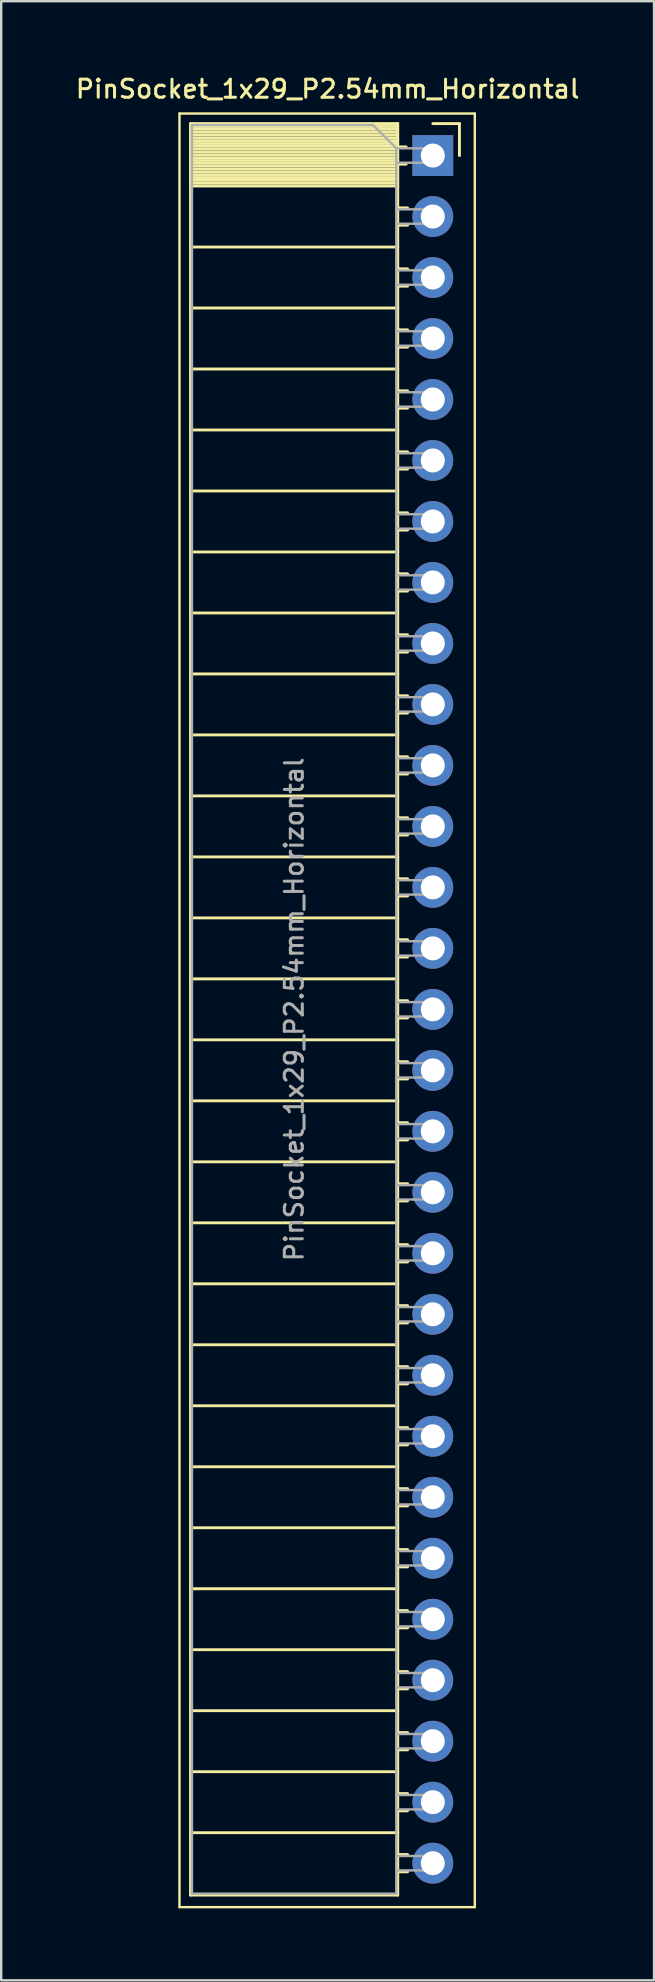
<source format=kicad_pcb>
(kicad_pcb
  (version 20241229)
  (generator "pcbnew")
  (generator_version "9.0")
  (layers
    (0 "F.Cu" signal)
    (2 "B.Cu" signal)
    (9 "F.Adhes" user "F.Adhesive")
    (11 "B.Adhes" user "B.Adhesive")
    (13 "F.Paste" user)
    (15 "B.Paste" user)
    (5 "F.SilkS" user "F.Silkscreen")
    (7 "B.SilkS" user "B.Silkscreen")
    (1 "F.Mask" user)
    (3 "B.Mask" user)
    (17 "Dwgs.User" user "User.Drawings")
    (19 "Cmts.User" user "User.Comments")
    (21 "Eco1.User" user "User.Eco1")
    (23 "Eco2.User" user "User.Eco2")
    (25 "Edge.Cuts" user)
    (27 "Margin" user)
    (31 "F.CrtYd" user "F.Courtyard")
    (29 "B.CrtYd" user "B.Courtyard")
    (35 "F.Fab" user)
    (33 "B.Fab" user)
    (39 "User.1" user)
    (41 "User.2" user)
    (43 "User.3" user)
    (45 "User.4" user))
  (footprint "PinSocket_1x29_P2.54mm_Horizontal"
    (layer "F.Cu")
    (at 14.975 3.428)
    (property "Reference" "PinSocket_1x29_P2.54mm_Horizontal" (at -4.38 -2.77 0) (layer "F.SilkS") (effects (font (size 0.75 0.75) (thickness 0.125))))
    (attr through_hole)
    (fp_line (start -10.55 -1.75) (end -10.55 72.95) (stroke (width 0.1) (type solid)) (layer "F.SilkS"))
    (fp_line (start -10.55 72.95) (end 1.75 72.95) (stroke (width 0.1) (type solid)) (layer "F.SilkS"))
    (fp_line (start -10.09 -1.33) (end -10.09 72.45) (stroke (width 0.12) (type solid)) (layer "F.SilkS"))
    (fp_line (start -10.09 -1.33) (end -1.46 -1.33) (stroke (width 0.12) (type solid)) (layer "F.SilkS"))
    (fp_line (start -10.09 -1.21) (end -1.46 -1.21) (stroke (width 0.12) (type solid)) (layer "F.SilkS"))
    (fp_line (start -10.09 -1.092) (end -1.46 -1.092) (stroke (width 0.12) (type solid)) (layer "F.SilkS"))
    (fp_line (start -10.09 -0.974) (end -1.46 -0.974) (stroke (width 0.12) (type solid)) (layer "F.SilkS"))
    (fp_line (start -10.09 -0.856) (end -1.46 -0.856) (stroke (width 0.12) (type solid)) (layer "F.SilkS"))
    (fp_line (start -10.09 -0.738) (end -1.46 -0.738) (stroke (width 0.12) (type solid)) (layer "F.SilkS"))
    (fp_line (start -10.09 -0.62) (end -1.46 -0.62) (stroke (width 0.12) (type solid)) (layer "F.SilkS"))
    (fp_line (start -10.09 -0.501) (end -1.46 -0.501) (stroke (width 0.12) (type solid)) (layer "F.SilkS"))
    (fp_line (start -10.09 -0.383) (end -1.46 -0.383) (stroke (width 0.12) (type solid)) (layer "F.SilkS"))
    (fp_line (start -10.09 -0.265) (end -1.46 -0.265) (stroke (width 0.12) (type solid)) (layer "F.SilkS"))
    (fp_line (start -10.09 -0.147) (end -1.46 -0.147) (stroke (width 0.12) (type solid)) (layer "F.SilkS"))
    (fp_line (start -10.09 -0.029) (end -1.46 -0.029) (stroke (width 0.12) (type solid)) (layer "F.SilkS"))
    (fp_line (start -10.09 0.089) (end -1.46 0.089) (stroke (width 0.12) (type solid)) (layer "F.SilkS"))
    (fp_line (start -10.09 0.207) (end -1.46 0.207) (stroke (width 0.12) (type solid)) (layer "F.SilkS"))
    (fp_line (start -10.09 0.325) (end -1.46 0.325) (stroke (width 0.12) (type solid)) (layer "F.SilkS"))
    (fp_line (start -10.09 0.443) (end -1.46 0.443) (stroke (width 0.12) (type solid)) (layer "F.SilkS"))
    (fp_line (start -10.09 0.561) (end -1.46 0.561) (stroke (width 0.12) (type solid)) (layer "F.SilkS"))
    (fp_line (start -10.09 0.68) (end -1.46 0.68) (stroke (width 0.12) (type solid)) (layer "F.SilkS"))
    (fp_line (start -10.09 0.798) (end -1.46 0.798) (stroke (width 0.12) (type solid)) (layer "F.SilkS"))
    (fp_line (start -10.09 0.916) (end -1.46 0.916) (stroke (width 0.12) (type solid)) (layer "F.SilkS"))
    (fp_line (start -10.09 1.034) (end -1.46 1.034) (stroke (width 0.12) (type solid)) (layer "F.SilkS"))
    (fp_line (start -10.09 1.152) (end -1.46 1.152) (stroke (width 0.12) (type solid)) (layer "F.SilkS"))
    (fp_line (start -10.09 1.27) (end -1.46 1.27) (stroke (width 0.12) (type solid)) (layer "F.SilkS"))
    (fp_line (start -10.09 3.81) (end -1.46 3.81) (stroke (width 0.12) (type solid)) (layer "F.SilkS"))
    (fp_line (start -10.09 6.35) (end -1.46 6.35) (stroke (width 0.12) (type solid)) (layer "F.SilkS"))
    (fp_line (start -10.09 8.89) (end -1.46 8.89) (stroke (width 0.12) (type solid)) (layer "F.SilkS"))
    (fp_line (start -10.09 11.43) (end -1.46 11.43) (stroke (width 0.12) (type solid)) (layer "F.SilkS"))
    (fp_line (start -10.09 13.97) (end -1.46 13.97) (stroke (width 0.12) (type solid)) (layer "F.SilkS"))
    (fp_line (start -10.09 16.51) (end -1.46 16.51) (stroke (width 0.12) (type solid)) (layer "F.SilkS"))
    (fp_line (start -10.09 19.05) (end -1.46 19.05) (stroke (width 0.12) (type solid)) (layer "F.SilkS"))
    (fp_line (start -10.09 21.59) (end -1.46 21.59) (stroke (width 0.12) (type solid)) (layer "F.SilkS"))
    (fp_line (start -10.09 24.13) (end -1.46 24.13) (stroke (width 0.12) (type solid)) (layer "F.SilkS"))
    (fp_line (start -10.09 26.67) (end -1.46 26.67) (stroke (width 0.12) (type solid)) (layer "F.SilkS"))
    (fp_line (start -10.09 29.21) (end -1.46 29.21) (stroke (width 0.12) (type solid)) (layer "F.SilkS"))
    (fp_line (start -10.09 31.75) (end -1.46 31.75) (stroke (width 0.12) (type solid)) (layer "F.SilkS"))
    (fp_line (start -10.09 34.29) (end -1.46 34.29) (stroke (width 0.12) (type solid)) (layer "F.SilkS"))
    (fp_line (start -10.09 36.83) (end -1.46 36.83) (stroke (width 0.12) (type solid)) (layer "F.SilkS"))
    (fp_line (start -10.09 39.37) (end -1.46 39.37) (stroke (width 0.12) (type solid)) (layer "F.SilkS"))
    (fp_line (start -10.09 41.91) (end -1.46 41.91) (stroke (width 0.12) (type solid)) (layer "F.SilkS"))
    (fp_line (start -10.09 44.45) (end -1.46 44.45) (stroke (width 0.12) (type solid)) (layer "F.SilkS"))
    (fp_line (start -10.09 46.99) (end -1.46 46.99) (stroke (width 0.12) (type solid)) (layer "F.SilkS"))
    (fp_line (start -10.09 49.53) (end -1.46 49.53) (stroke (width 0.12) (type solid)) (layer "F.SilkS"))
    (fp_line (start -10.09 52.07) (end -1.46 52.07) (stroke (width 0.12) (type solid)) (layer "F.SilkS"))
    (fp_line (start -10.09 54.61) (end -1.46 54.61) (stroke (width 0.12) (type solid)) (layer "F.SilkS"))
    (fp_line (start -10.09 57.15) (end -1.46 57.15) (stroke (width 0.12) (type solid)) (layer "F.SilkS"))
    (fp_line (start -10.09 59.69) (end -1.46 59.69) (stroke (width 0.12) (type solid)) (layer "F.SilkS"))
    (fp_line (start -10.09 62.23) (end -1.46 62.23) (stroke (width 0.12) (type solid)) (layer "F.SilkS"))
    (fp_line (start -10.09 64.77) (end -1.46 64.77) (stroke (width 0.12) (type solid)) (layer "F.SilkS"))
    (fp_line (start -10.09 67.31) (end -1.46 67.31) (stroke (width 0.12) (type solid)) (layer "F.SilkS"))
    (fp_line (start -10.09 69.85) (end -1.46 69.85) (stroke (width 0.12) (type solid)) (layer "F.SilkS"))
    (fp_line (start -10.09 72.45) (end -1.46 72.45) (stroke (width 0.12) (type solid)) (layer "F.SilkS"))
    (fp_line (start -1.46 -1.33) (end -1.46 72.45) (stroke (width 0.12) (type solid)) (layer "F.SilkS"))
    (fp_line (start -1.46 -0.36) (end -1.11 -0.36) (stroke (width 0.12) (type solid)) (layer "F.SilkS"))
    (fp_line (start -1.46 0.36) (end -1.11 0.36) (stroke (width 0.12) (type solid)) (layer "F.SilkS"))
    (fp_line (start -1.46 2.18) (end -1.05 2.18) (stroke (width 0.12) (type solid)) (layer "F.SilkS"))
    (fp_line (start -1.46 2.9) (end -1.05 2.9) (stroke (width 0.12) (type solid)) (layer "F.SilkS"))
    (fp_line (start -1.46 4.72) (end -1.05 4.72) (stroke (width 0.12) (type solid)) (layer "F.SilkS"))
    (fp_line (start -1.46 5.44) (end -1.05 5.44) (stroke (width 0.12) (type solid)) (layer "F.SilkS"))
    (fp_line (start -1.46 7.26) (end -1.05 7.26) (stroke (width 0.12) (type solid)) (layer "F.SilkS"))
    (fp_line (start -1.46 7.98) (end -1.05 7.98) (stroke (width 0.12) (type solid)) (layer "F.SilkS"))
    (fp_line (start -1.46 9.8) (end -1.05 9.8) (stroke (width 0.12) (type solid)) (layer "F.SilkS"))
    (fp_line (start -1.46 10.52) (end -1.05 10.52) (stroke (width 0.12) (type solid)) (layer "F.SilkS"))
    (fp_line (start -1.46 12.34) (end -1.05 12.34) (stroke (width 0.12) (type solid)) (layer "F.SilkS"))
    (fp_line (start -1.46 13.06) (end -1.05 13.06) (stroke (width 0.12) (type solid)) (layer "F.SilkS"))
    (fp_line (start -1.46 14.88) (end -1.05 14.88) (stroke (width 0.12) (type solid)) (layer "F.SilkS"))
    (fp_line (start -1.46 15.6) (end -1.05 15.6) (stroke (width 0.12) (type solid)) (layer "F.SilkS"))
    (fp_line (start -1.46 17.42) (end -1.05 17.42) (stroke (width 0.12) (type solid)) (layer "F.SilkS"))
    (fp_line (start -1.46 18.14) (end -1.05 18.14) (stroke (width 0.12) (type solid)) (layer "F.SilkS"))
    (fp_line (start -1.46 19.96) (end -1.05 19.96) (stroke (width 0.12) (type solid)) (layer "F.SilkS"))
    (fp_line (start -1.46 20.68) (end -1.05 20.68) (stroke (width 0.12) (type solid)) (layer "F.SilkS"))
    (fp_line (start -1.46 22.5) (end -1.05 22.5) (stroke (width 0.12) (type solid)) (layer "F.SilkS"))
    (fp_line (start -1.46 23.22) (end -1.05 23.22) (stroke (width 0.12) (type solid)) (layer "F.SilkS"))
    (fp_line (start -1.46 25.04) (end -1.05 25.04) (stroke (width 0.12) (type solid)) (layer "F.SilkS"))
    (fp_line (start -1.46 25.76) (end -1.05 25.76) (stroke (width 0.12) (type solid)) (layer "F.SilkS"))
    (fp_line (start -1.46 27.58) (end -1.05 27.58) (stroke (width 0.12) (type solid)) (layer "F.SilkS"))
    (fp_line (start -1.46 28.3) (end -1.05 28.3) (stroke (width 0.12) (type solid)) (layer "F.SilkS"))
    (fp_line (start -1.46 30.12) (end -1.05 30.12) (stroke (width 0.12) (type solid)) (layer "F.SilkS"))
    (fp_line (start -1.46 30.84) (end -1.05 30.84) (stroke (width 0.12) (type solid)) (layer "F.SilkS"))
    (fp_line (start -1.46 32.66) (end -1.05 32.66) (stroke (width 0.12) (type solid)) (layer "F.SilkS"))
    (fp_line (start -1.46 33.38) (end -1.05 33.38) (stroke (width 0.12) (type solid)) (layer "F.SilkS"))
    (fp_line (start -1.46 35.2) (end -1.05 35.2) (stroke (width 0.12) (type solid)) (layer "F.SilkS"))
    (fp_line (start -1.46 35.92) (end -1.05 35.92) (stroke (width 0.12) (type solid)) (layer "F.SilkS"))
    (fp_line (start -1.46 37.74) (end -1.05 37.74) (stroke (width 0.12) (type solid)) (layer "F.SilkS"))
    (fp_line (start -1.46 38.46) (end -1.05 38.46) (stroke (width 0.12) (type solid)) (layer "F.SilkS"))
    (fp_line (start -1.46 40.28) (end -1.05 40.28) (stroke (width 0.12) (type solid)) (layer "F.SilkS"))
    (fp_line (start -1.46 41) (end -1.05 41) (stroke (width 0.12) (type solid)) (layer "F.SilkS"))
    (fp_line (start -1.46 42.82) (end -1.05 42.82) (stroke (width 0.12) (type solid)) (layer "F.SilkS"))
    (fp_line (start -1.46 43.54) (end -1.05 43.54) (stroke (width 0.12) (type solid)) (layer "F.SilkS"))
    (fp_line (start -1.46 45.36) (end -1.05 45.36) (stroke (width 0.12) (type solid)) (layer "F.SilkS"))
    (fp_line (start -1.46 46.08) (end -1.05 46.08) (stroke (width 0.12) (type solid)) (layer "F.SilkS"))
    (fp_line (start -1.46 47.9) (end -1.05 47.9) (stroke (width 0.12) (type solid)) (layer "F.SilkS"))
    (fp_line (start -1.46 48.62) (end -1.05 48.62) (stroke (width 0.12) (type solid)) (layer "F.SilkS"))
    (fp_line (start -1.46 50.44) (end -1.05 50.44) (stroke (width 0.12) (type solid)) (layer "F.SilkS"))
    (fp_line (start -1.46 51.16) (end -1.05 51.16) (stroke (width 0.12) (type solid)) (layer "F.SilkS"))
    (fp_line (start -1.46 52.98) (end -1.05 52.98) (stroke (width 0.12) (type solid)) (layer "F.SilkS"))
    (fp_line (start -1.46 53.7) (end -1.05 53.7) (stroke (width 0.12) (type solid)) (layer "F.SilkS"))
    (fp_line (start -1.46 55.52) (end -1.05 55.52) (stroke (width 0.12) (type solid)) (layer "F.SilkS"))
    (fp_line (start -1.46 56.24) (end -1.05 56.24) (stroke (width 0.12) (type solid)) (layer "F.SilkS"))
    (fp_line (start -1.46 58.06) (end -1.05 58.06) (stroke (width 0.12) (type solid)) (layer "F.SilkS"))
    (fp_line (start -1.46 58.78) (end -1.05 58.78) (stroke (width 0.12) (type solid)) (layer "F.SilkS"))
    (fp_line (start -1.46 60.6) (end -1.05 60.6) (stroke (width 0.12) (type solid)) (layer "F.SilkS"))
    (fp_line (start -1.46 61.32) (end -1.05 61.32) (stroke (width 0.12) (type solid)) (layer "F.SilkS"))
    (fp_line (start -1.46 63.14) (end -1.05 63.14) (stroke (width 0.12) (type solid)) (layer "F.SilkS"))
    (fp_line (start -1.46 63.86) (end -1.05 63.86) (stroke (width 0.12) (type solid)) (layer "F.SilkS"))
    (fp_line (start -1.46 65.68) (end -1.05 65.68) (stroke (width 0.12) (type solid)) (layer "F.SilkS"))
    (fp_line (start -1.46 66.4) (end -1.05 66.4) (stroke (width 0.12) (type solid)) (layer "F.SilkS"))
    (fp_line (start -1.46 68.22) (end -1.05 68.22) (stroke (width 0.12) (type solid)) (layer "F.SilkS"))
    (fp_line (start -1.46 68.94) (end -1.05 68.94) (stroke (width 0.12) (type solid)) (layer "F.SilkS"))
    (fp_line (start -1.46 70.76) (end -1.05 70.76) (stroke (width 0.12) (type solid)) (layer "F.SilkS"))
    (fp_line (start -1.46 71.48) (end -1.05 71.48) (stroke (width 0.12) (type solid)) (layer "F.SilkS"))
    (fp_line (start 0 -1.33) (end 1.11 -1.33) (stroke (width 0.12) (type solid)) (layer "F.SilkS"))
    (fp_line (start 1.11 -1.33) (end 1.11 0) (stroke (width 0.12) (type solid)) (layer "F.SilkS"))
    (fp_line (start 1.75 -1.75) (end -10.55 -1.75) (stroke (width 0.1) (type solid)) (layer "F.SilkS"))
    (fp_line (start 1.75 72.95) (end 1.75 -1.75) (stroke (width 0.1) (type solid)) (layer "F.SilkS"))
    (fp_line (start -10.03 -1.27) (end -2.49 -1.27) (stroke (width 0.1) (type solid)) (layer "F.Fab"))
    (fp_line (start -10.03 72.39) (end -10.03 -1.27) (stroke (width 0.1) (type solid)) (layer "F.Fab"))
    (fp_line (start -2.49 -1.27) (end -1.52 -0.3) (stroke (width 0.1) (type solid)) (layer "F.Fab"))
    (fp_line (start -1.52 -0.3) (end -1.52 72.39) (stroke (width 0.1) (type solid)) (layer "F.Fab"))
    (fp_line (start -1.52 0.3) (end 0 0.3) (stroke (width 0.1) (type solid)) (layer "F.Fab"))
    (fp_line (start -1.52 2.84) (end 0 2.84) (stroke (width 0.1) (type solid)) (layer "F.Fab"))
    (fp_line (start -1.52 5.38) (end 0 5.38) (stroke (width 0.1) (type solid)) (layer "F.Fab"))
    (fp_line (start -1.52 7.92) (end 0 7.92) (stroke (width 0.1) (type solid)) (layer "F.Fab"))
    (fp_line (start -1.52 10.46) (end 0 10.46) (stroke (width 0.1) (type solid)) (layer "F.Fab"))
    (fp_line (start -1.52 13) (end 0 13) (stroke (width 0.1) (type solid)) (layer "F.Fab"))
    (fp_line (start -1.52 15.54) (end 0 15.54) (stroke (width 0.1) (type solid)) (layer "F.Fab"))
    (fp_line (start -1.52 18.08) (end 0 18.08) (stroke (width 0.1) (type solid)) (layer "F.Fab"))
    (fp_line (start -1.52 20.62) (end 0 20.62) (stroke (width 0.1) (type solid)) (layer "F.Fab"))
    (fp_line (start -1.52 23.16) (end 0 23.16) (stroke (width 0.1) (type solid)) (layer "F.Fab"))
    (fp_line (start -1.52 25.7) (end 0 25.7) (stroke (width 0.1) (type solid)) (layer "F.Fab"))
    (fp_line (start -1.52 28.24) (end 0 28.24) (stroke (width 0.1) (type solid)) (layer "F.Fab"))
    (fp_line (start -1.52 30.78) (end 0 30.78) (stroke (width 0.1) (type solid)) (layer "F.Fab"))
    (fp_line (start -1.52 33.32) (end 0 33.32) (stroke (width 0.1) (type solid)) (layer "F.Fab"))
    (fp_line (start -1.52 35.86) (end 0 35.86) (stroke (width 0.1) (type solid)) (layer "F.Fab"))
    (fp_line (start -1.52 38.4) (end 0 38.4) (stroke (width 0.1) (type solid)) (layer "F.Fab"))
    (fp_line (start -1.52 40.94) (end 0 40.94) (stroke (width 0.1) (type solid)) (layer "F.Fab"))
    (fp_line (start -1.52 43.48) (end 0 43.48) (stroke (width 0.1) (type solid)) (layer "F.Fab"))
    (fp_line (start -1.52 46.02) (end 0 46.02) (stroke (width 0.1) (type solid)) (layer "F.Fab"))
    (fp_line (start -1.52 48.56) (end 0 48.56) (stroke (width 0.1) (type solid)) (layer "F.Fab"))
    (fp_line (start -1.52 51.1) (end 0 51.1) (stroke (width 0.1) (type solid)) (layer "F.Fab"))
    (fp_line (start -1.52 53.64) (end 0 53.64) (stroke (width 0.1) (type solid)) (layer "F.Fab"))
    (fp_line (start -1.52 56.18) (end 0 56.18) (stroke (width 0.1) (type solid)) (layer "F.Fab"))
    (fp_line (start -1.52 58.72) (end 0 58.72) (stroke (width 0.1) (type solid)) (layer "F.Fab"))
    (fp_line (start -1.52 61.26) (end 0 61.26) (stroke (width 0.1) (type solid)) (layer "F.Fab"))
    (fp_line (start -1.52 63.8) (end 0 63.8) (stroke (width 0.1) (type solid)) (layer "F.Fab"))
    (fp_line (start -1.52 66.34) (end 0 66.34) (stroke (width 0.1) (type solid)) (layer "F.Fab"))
    (fp_line (start -1.52 68.88) (end 0 68.88) (stroke (width 0.1) (type solid)) (layer "F.Fab"))
    (fp_line (start -1.52 71.42) (end 0 71.42) (stroke (width 0.1) (type solid)) (layer "F.Fab"))
    (fp_line (start -1.52 72.39) (end -10.03 72.39) (stroke (width 0.1) (type solid)) (layer "F.Fab"))
    (fp_line (start 0 -0.3) (end -1.52 -0.3) (stroke (width 0.1) (type solid)) (layer "F.Fab"))
    (fp_line (start 0 0.3) (end 0 -0.3) (stroke (width 0.1) (type solid)) (layer "F.Fab"))
    (fp_line (start 0 2.24) (end -1.52 2.24) (stroke (width 0.1) (type solid)) (layer "F.Fab"))
    (fp_line (start 0 2.84) (end 0 2.24) (stroke (width 0.1) (type solid)) (layer "F.Fab"))
    (fp_line (start 0 4.78) (end -1.52 4.78) (stroke (width 0.1) (type solid)) (layer "F.Fab"))
    (fp_line (start 0 5.38) (end 0 4.78) (stroke (width 0.1) (type solid)) (layer "F.Fab"))
    (fp_line (start 0 7.32) (end -1.52 7.32) (stroke (width 0.1) (type solid)) (layer "F.Fab"))
    (fp_line (start 0 7.92) (end 0 7.32) (stroke (width 0.1) (type solid)) (layer "F.Fab"))
    (fp_line (start 0 9.86) (end -1.52 9.86) (stroke (width 0.1) (type solid)) (layer "F.Fab"))
    (fp_line (start 0 10.46) (end 0 9.86) (stroke (width 0.1) (type solid)) (layer "F.Fab"))
    (fp_line (start 0 12.4) (end -1.52 12.4) (stroke (width 0.1) (type solid)) (layer "F.Fab"))
    (fp_line (start 0 13) (end 0 12.4) (stroke (width 0.1) (type solid)) (layer "F.Fab"))
    (fp_line (start 0 14.94) (end -1.52 14.94) (stroke (width 0.1) (type solid)) (layer "F.Fab"))
    (fp_line (start 0 15.54) (end 0 14.94) (stroke (width 0.1) (type solid)) (layer "F.Fab"))
    (fp_line (start 0 17.48) (end -1.52 17.48) (stroke (width 0.1) (type solid)) (layer "F.Fab"))
    (fp_line (start 0 18.08) (end 0 17.48) (stroke (width 0.1) (type solid)) (layer "F.Fab"))
    (fp_line (start 0 20.02) (end -1.52 20.02) (stroke (width 0.1) (type solid)) (layer "F.Fab"))
    (fp_line (start 0 20.62) (end 0 20.02) (stroke (width 0.1) (type solid)) (layer "F.Fab"))
    (fp_line (start 0 22.56) (end -1.52 22.56) (stroke (width 0.1) (type solid)) (layer "F.Fab"))
    (fp_line (start 0 23.16) (end 0 22.56) (stroke (width 0.1) (type solid)) (layer "F.Fab"))
    (fp_line (start 0 25.1) (end -1.52 25.1) (stroke (width 0.1) (type solid)) (layer "F.Fab"))
    (fp_line (start 0 25.7) (end 0 25.1) (stroke (width 0.1) (type solid)) (layer "F.Fab"))
    (fp_line (start 0 27.64) (end -1.52 27.64) (stroke (width 0.1) (type solid)) (layer "F.Fab"))
    (fp_line (start 0 28.24) (end 0 27.64) (stroke (width 0.1) (type solid)) (layer "F.Fab"))
    (fp_line (start 0 30.18) (end -1.52 30.18) (stroke (width 0.1) (type solid)) (layer "F.Fab"))
    (fp_line (start 0 30.78) (end 0 30.18) (stroke (width 0.1) (type solid)) (layer "F.Fab"))
    (fp_line (start 0 32.72) (end -1.52 32.72) (stroke (width 0.1) (type solid)) (layer "F.Fab"))
    (fp_line (start 0 33.32) (end 0 32.72) (stroke (width 0.1) (type solid)) (layer "F.Fab"))
    (fp_line (start 0 35.26) (end -1.52 35.26) (stroke (width 0.1) (type solid)) (layer "F.Fab"))
    (fp_line (start 0 35.86) (end 0 35.26) (stroke (width 0.1) (type solid)) (layer "F.Fab"))
    (fp_line (start 0 37.8) (end -1.52 37.8) (stroke (width 0.1) (type solid)) (layer "F.Fab"))
    (fp_line (start 0 38.4) (end 0 37.8) (stroke (width 0.1) (type solid)) (layer "F.Fab"))
    (fp_line (start 0 40.34) (end -1.52 40.34) (stroke (width 0.1) (type solid)) (layer "F.Fab"))
    (fp_line (start 0 40.94) (end 0 40.34) (stroke (width 0.1) (type solid)) (layer "F.Fab"))
    (fp_line (start 0 42.88) (end -1.52 42.88) (stroke (width 0.1) (type solid)) (layer "F.Fab"))
    (fp_line (start 0 43.48) (end 0 42.88) (stroke (width 0.1) (type solid)) (layer "F.Fab"))
    (fp_line (start 0 45.42) (end -1.52 45.42) (stroke (width 0.1) (type solid)) (layer "F.Fab"))
    (fp_line (start 0 46.02) (end 0 45.42) (stroke (width 0.1) (type solid)) (layer "F.Fab"))
    (fp_line (start 0 47.96) (end -1.52 47.96) (stroke (width 0.1) (type solid)) (layer "F.Fab"))
    (fp_line (start 0 48.56) (end 0 47.96) (stroke (width 0.1) (type solid)) (layer "F.Fab"))
    (fp_line (start 0 50.5) (end -1.52 50.5) (stroke (width 0.1) (type solid)) (layer "F.Fab"))
    (fp_line (start 0 51.1) (end 0 50.5) (stroke (width 0.1) (type solid)) (layer "F.Fab"))
    (fp_line (start 0 53.04) (end -1.52 53.04) (stroke (width 0.1) (type solid)) (layer "F.Fab"))
    (fp_line (start 0 53.64) (end 0 53.04) (stroke (width 0.1) (type solid)) (layer "F.Fab"))
    (fp_line (start 0 55.58) (end -1.52 55.58) (stroke (width 0.1) (type solid)) (layer "F.Fab"))
    (fp_line (start 0 56.18) (end 0 55.58) (stroke (width 0.1) (type solid)) (layer "F.Fab"))
    (fp_line (start 0 58.12) (end -1.52 58.12) (stroke (width 0.1) (type solid)) (layer "F.Fab"))
    (fp_line (start 0 58.72) (end 0 58.12) (stroke (width 0.1) (type solid)) (layer "F.Fab"))
    (fp_line (start 0 60.66) (end -1.52 60.66) (stroke (width 0.1) (type solid)) (layer "F.Fab"))
    (fp_line (start 0 61.26) (end 0 60.66) (stroke (width 0.1) (type solid)) (layer "F.Fab"))
    (fp_line (start 0 63.2) (end -1.52 63.2) (stroke (width 0.1) (type solid)) (layer "F.Fab"))
    (fp_line (start 0 63.8) (end 0 63.2) (stroke (width 0.1) (type solid)) (layer "F.Fab"))
    (fp_line (start 0 65.74) (end -1.52 65.74) (stroke (width 0.1) (type solid)) (layer "F.Fab"))
    (fp_line (start 0 66.34) (end 0 65.74) (stroke (width 0.1) (type solid)) (layer "F.Fab"))
    (fp_line (start 0 68.28) (end -1.52 68.28) (stroke (width 0.1) (type solid)) (layer "F.Fab"))
    (fp_line (start 0 68.88) (end 0 68.28) (stroke (width 0.1) (type solid)) (layer "F.Fab"))
    (fp_line (start 0 70.82) (end -1.52 70.82) (stroke (width 0.1) (type solid)) (layer "F.Fab"))
    (fp_line (start 0 71.42) (end 0 70.82) (stroke (width 0.1) (type solid)) (layer "F.Fab"))
    (fp_text user "${REFERENCE}" (at -5.775 35.56 90) (layer "F.Fab") (effects (font (size 0.75 0.75) (thickness 0.125))))
    (pad "1" thru_hole rect (at 0 0) (size 1.7 1.7) (drill 1) (layers "*.Cu" "*.Mask"))
    (pad "2" thru_hole oval (at 0 2.54) (size 1.7 1.7) (drill 1) (layers "*.Cu" "*.Mask"))
    (pad "3" thru_hole oval (at 0 5.08) (size 1.7 1.7) (drill 1) (layers "*.Cu" "*.Mask"))
    (pad "4" thru_hole oval (at 0 7.62) (size 1.7 1.7) (drill 1) (layers "*.Cu" "*.Mask"))
    (pad "5" thru_hole oval (at 0 10.16) (size 1.7 1.7) (drill 1) (layers "*.Cu" "*.Mask"))
    (pad "6" thru_hole oval (at 0 12.7) (size 1.7 1.7) (drill 1) (layers "*.Cu" "*.Mask"))
    (pad "7" thru_hole oval (at 0 15.24) (size 1.7 1.7) (drill 1) (layers "*.Cu" "*.Mask"))
    (pad "8" thru_hole oval (at 0 17.78) (size 1.7 1.7) (drill 1) (layers "*.Cu" "*.Mask"))
    (pad "9" thru_hole oval (at 0 20.32) (size 1.7 1.7) (drill 1) (layers "*.Cu" "*.Mask"))
    (pad "10" thru_hole oval (at 0 22.86) (size 1.7 1.7) (drill 1) (layers "*.Cu" "*.Mask"))
    (pad "11" thru_hole oval (at 0 25.4) (size 1.7 1.7) (drill 1) (layers "*.Cu" "*.Mask"))
    (pad "12" thru_hole oval (at 0 27.94) (size 1.7 1.7) (drill 1) (layers "*.Cu" "*.Mask"))
    (pad "13" thru_hole oval (at 0 30.48) (size 1.7 1.7) (drill 1) (layers "*.Cu" "*.Mask"))
    (pad "14" thru_hole oval (at 0 33.02) (size 1.7 1.7) (drill 1) (layers "*.Cu" "*.Mask"))
    (pad "15" thru_hole oval (at 0 35.56) (size 1.7 1.7) (drill 1) (layers "*.Cu" "*.Mask"))
    (pad "16" thru_hole oval (at 0 38.1) (size 1.7 1.7) (drill 1) (layers "*.Cu" "*.Mask"))
    (pad "17" thru_hole oval (at 0 40.64) (size 1.7 1.7) (drill 1) (layers "*.Cu" "*.Mask"))
    (pad "18" thru_hole oval (at 0 43.18) (size 1.7 1.7) (drill 1) (layers "*.Cu" "*.Mask"))
    (pad "19" thru_hole oval (at 0 45.72) (size 1.7 1.7) (drill 1) (layers "*.Cu" "*.Mask"))
    (pad "20" thru_hole oval (at 0 48.26) (size 1.7 1.7) (drill 1) (layers "*.Cu" "*.Mask"))
    (pad "21" thru_hole oval (at 0 50.8) (size 1.7 1.7) (drill 1) (layers "*.Cu" "*.Mask"))
    (pad "22" thru_hole oval (at 0 53.34) (size 1.7 1.7) (drill 1) (layers "*.Cu" "*.Mask"))
    (pad "23" thru_hole oval (at 0 55.88) (size 1.7 1.7) (drill 1) (layers "*.Cu" "*.Mask"))
    (pad "24" thru_hole oval (at 0 58.42) (size 1.7 1.7) (drill 1) (layers "*.Cu" "*.Mask"))
    (pad "25" thru_hole oval (at 0 60.96) (size 1.7 1.7) (drill 1) (layers "*.Cu" "*.Mask"))
    (pad "26" thru_hole oval (at 0 63.5) (size 1.7 1.7) (drill 1) (layers "*.Cu" "*.Mask"))
    (pad "27" thru_hole oval (at 0 66.04) (size 1.7 1.7) (drill 1) (layers "*.Cu" "*.Mask"))
    (pad "28" thru_hole oval (at 0 68.58) (size 1.7 1.7) (drill 1) (layers "*.Cu" "*.Mask"))
    (pad "29" thru_hole oval (at 0 71.12) (size 1.7 1.7) (drill 1) (layers "*.Cu" "*.Mask")))
  (gr_rect
    (start -3 -3)
    (end 24.189 79.428)
    (stroke (width 0.1) (type default))
    (fill no)
    (layer "Edge.Cuts")))
</source>
